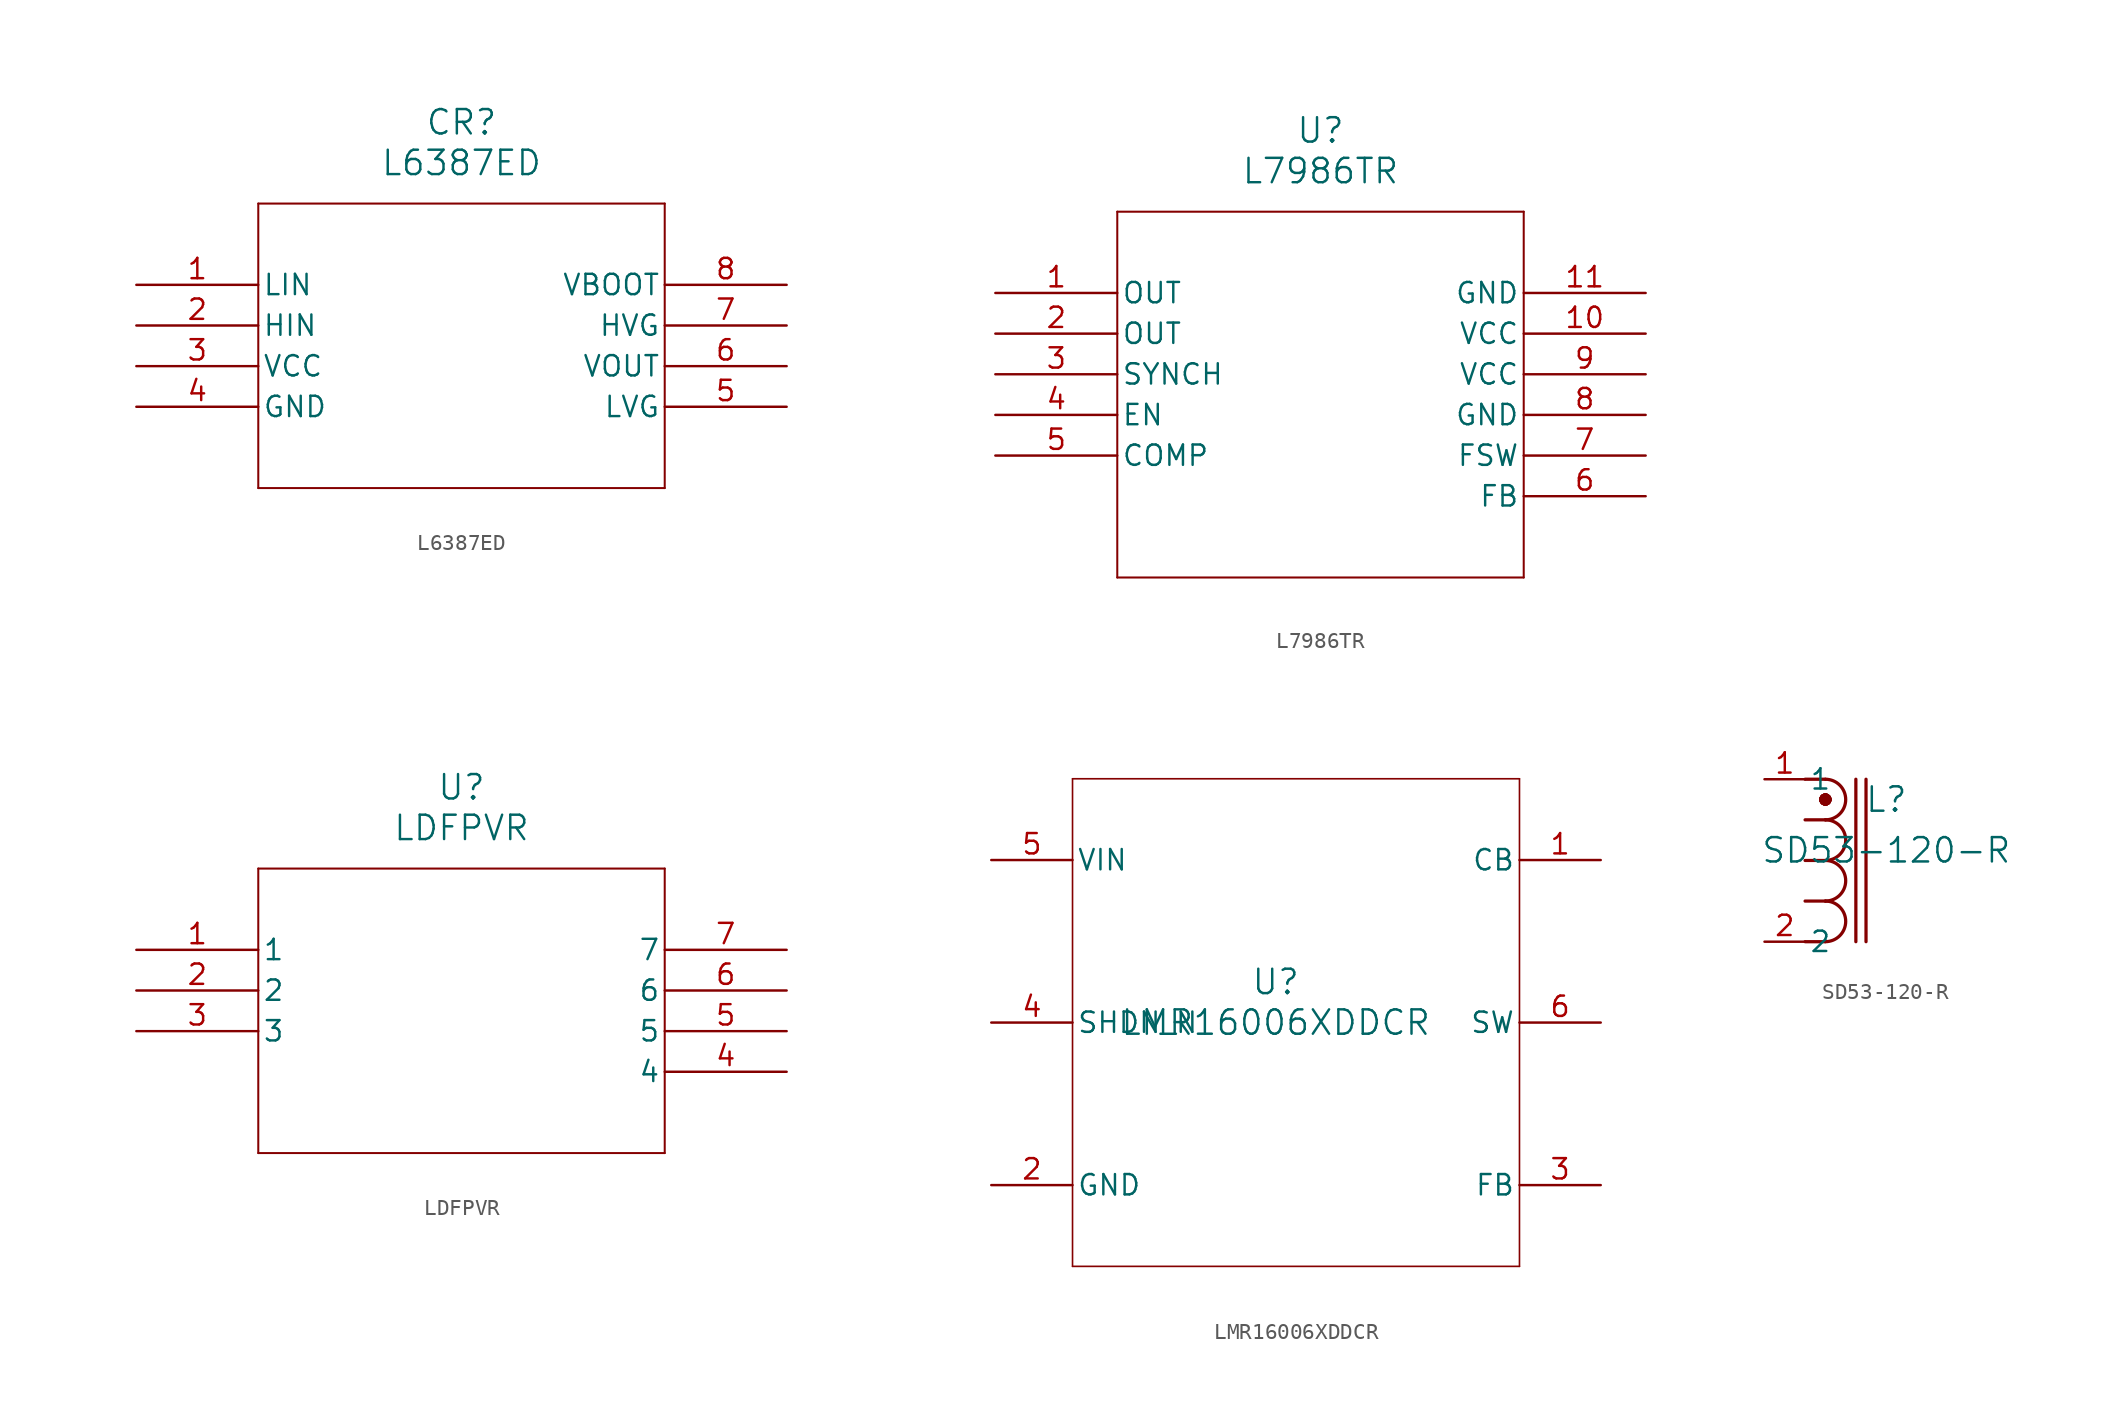
<source format=kicad_sym>
(kicad_symbol_lib
  (version 20231120)
  (generator "kicad_symbol_editor")
  (generator_version "8.0")
  (symbol "L6387ED"
    (pin_names
      (offset 0.254))
    (property "Reference" "CR"
      (at 20.32 10.16 0)
      (effects (font (size 1.524 1.524))))
    (property "Value" "L6387ED"
      (at 20.32 7.62 0)
      (effects (font (size 1.524 1.524))))
    (property "ki_locked" ""
      (at 0 0 0)
      (effects (font (size 1.27 1.27))))
    (symbol "L6387ED_0_1"
      (polyline (pts (xy 7.62 -12.7) (xy 33.02 -12.7)) (stroke (width 0.127) (type default)) (fill (type none)))
      (polyline (pts (xy 7.62 5.08) (xy 7.62 -12.7)) (stroke (width 0.127) (type default)) (fill (type none)))
      (polyline (pts (xy 33.02 -12.7) (xy 33.02 5.08)) (stroke (width 0.127) (type default)) (fill (type none)))
      (polyline (pts (xy 33.02 5.08) (xy 7.62 5.08)) (stroke (width 0.127) (type default)) (fill (type none)))
      (pin input line (at 0 0 0) (length 7.62) (name "LIN" (effects (font (size 1.27 1.27)))) (number "1" (effects (font (size 1.27 1.27)))))
      (pin input line (at 0 -2.54 0) (length 7.62) (name "HIN" (effects (font (size 1.27 1.27)))) (number "2" (effects (font (size 1.27 1.27)))))
      (pin power_in line (at 0 -5.08 0) (length 7.62) (name "VCC" (effects (font (size 1.27 1.27)))) (number "3" (effects (font (size 1.27 1.27)))))
      (pin power_in line (at 0 -7.62 0) (length 7.62) (name "GND" (effects (font (size 1.27 1.27)))) (number "4" (effects (font (size 1.27 1.27)))))
      (pin output line (at 40.64 -7.62 180) (length 7.62) (name "LVG" (effects (font (size 1.27 1.27)))) (number "5" (effects (font (size 1.27 1.27)))))
      (pin output line (at 40.64 -5.08 180) (length 7.62) (name "VOUT" (effects (font (size 1.27 1.27)))) (number "6" (effects (font (size 1.27 1.27)))))
      (pin output line (at 40.64 -2.54 180) (length 7.62) (name "HVG" (effects (font (size 1.27 1.27)))) (number "7" (effects (font (size 1.27 1.27)))))
      (pin power_in line (at 40.64 0 180) (length 7.62) (name "VBOOT" (effects (font (size 1.27 1.27)))) (number "8" (effects (font (size 1.27 1.27)))))))
  (symbol "L7986TR"
    (pin_names
      (offset 0.254))
    (property "Reference" "U"
      (at 20.32 10.16 0)
      (effects (font (size 1.524 1.524))))
    (property "Value" "L7986TR"
      (at 20.32 7.62 0)
      (effects (font (size 1.524 1.524))))
    (property "ki_locked" ""
      (at 0 0 0)
      (effects (font (size 1.27 1.27))))
    (symbol "L7986TR_0_1"
      (polyline (pts (xy 7.62 -17.78) (xy 33.02 -17.78)) (stroke (width 0.127) (type default)) (fill (type none)))
      (polyline (pts (xy 7.62 5.08) (xy 7.62 -17.78)) (stroke (width 0.127) (type default)) (fill (type none)))
      (polyline (pts (xy 33.02 -17.78) (xy 33.02 5.08)) (stroke (width 0.127) (type default)) (fill (type none)))
      (polyline (pts (xy 33.02 5.08) (xy 7.62 5.08)) (stroke (width 0.127) (type default)) (fill (type none)))
      (pin output line (at 0 0 0) (length 7.62) (name "OUT" (effects (font (size 1.27 1.27)))) (number "1" (effects (font (size 1.27 1.27)))))
      (pin power_in line (at 40.64 -2.54 180) (length 7.62) (name "VCC" (effects (font (size 1.27 1.27)))) (number "10" (effects (font (size 1.27 1.27)))))
      (pin power_out line (at 40.64 0 180) (length 7.62) (name "GND" (effects (font (size 1.27 1.27)))) (number "11" (effects (font (size 1.27 1.27)))))
      (pin output line (at 0 -2.54 0) (length 7.62) (name "OUT" (effects (font (size 1.27 1.27)))) (number "2" (effects (font (size 1.27 1.27)))))
      (pin input line (at 0 -5.08 0) (length 7.62) (name "SYNCH" (effects (font (size 1.27 1.27)))) (number "3" (effects (font (size 1.27 1.27)))))
      (pin input line (at 0 -7.62 0) (length 7.62) (name "EN" (effects (font (size 1.27 1.27)))) (number "4" (effects (font (size 1.27 1.27)))))
      (pin output line (at 0 -10.16 0) (length 7.62) (name "COMP" (effects (font (size 1.27 1.27)))) (number "5" (effects (font (size 1.27 1.27)))))
      (pin input line (at 40.64 -12.7 180) (length 7.62) (name "FB" (effects (font (size 1.27 1.27)))) (number "6" (effects (font (size 1.27 1.27)))))
      (pin unspecified line (at 40.64 -10.16 180) (length 7.62) (name "FSW" (effects (font (size 1.27 1.27)))) (number "7" (effects (font (size 1.27 1.27)))))
      (pin power_out line (at 40.64 -7.62 180) (length 7.62) (name "GND" (effects (font (size 1.27 1.27)))) (number "8" (effects (font (size 1.27 1.27)))))
      (pin power_in line (at 40.64 -5.08 180) (length 7.62) (name "VCC" (effects (font (size 1.27 1.27)))) (number "9" (effects (font (size 1.27 1.27)))))))
  (symbol "LDFPVR"
    (pin_names
      (offset 0.254))
    (property "Reference" "U"
      (at 20.32 10.16 0)
      (effects (font (size 1.524 1.524))))
    (property "Value" "LDFPVR"
      (at 20.32 7.62 0)
      (effects (font (size 1.524 1.524))))
    (property "ki_locked" ""
      (at 0 0 0)
      (effects (font (size 1.27 1.27))))
    (symbol "LDFPVR_0_1"
      (polyline (pts (xy 7.62 -12.7) (xy 33.02 -12.7)) (stroke (width 0.127) (type default)) (fill (type none)))
      (polyline (pts (xy 7.62 5.08) (xy 7.62 -12.7)) (stroke (width 0.127) (type default)) (fill (type none)))
      (polyline (pts (xy 33.02 -12.7) (xy 33.02 5.08)) (stroke (width 0.127) (type default)) (fill (type none)))
      (polyline (pts (xy 33.02 5.08) (xy 7.62 5.08)) (stroke (width 0.127) (type default)) (fill (type none)))
      (pin unspecified line (at 0 0 0) (length 7.62) (name "1" (effects (font (size 1.27 1.27)))) (number "1" (effects (font (size 1.27 1.27)))))
      (pin unspecified line (at 0 -2.54 0) (length 7.62) (name "2" (effects (font (size 1.27 1.27)))) (number "2" (effects (font (size 1.27 1.27)))))
      (pin unspecified line (at 0 -5.08 0) (length 7.62) (name "3" (effects (font (size 1.27 1.27)))) (number "3" (effects (font (size 1.27 1.27)))))
      (pin unspecified line (at 40.64 -7.62 180) (length 7.62) (name "4" (effects (font (size 1.27 1.27)))) (number "4" (effects (font (size 1.27 1.27)))))
      (pin unspecified line (at 40.64 -5.08 180) (length 7.62) (name "5" (effects (font (size 1.27 1.27)))) (number "5" (effects (font (size 1.27 1.27)))))
      (pin unspecified line (at 40.64 -2.54 180) (length 7.62) (name "6" (effects (font (size 1.27 1.27)))) (number "6" (effects (font (size 1.27 1.27)))))
      (pin unspecified line (at 40.64 0 180) (length 7.62) (name "7" (effects (font (size 1.27 1.27)))) (number "7" (effects (font (size 1.27 1.27)))))))
  (symbol "LMR16006XDDCR"
    (pin_names
      (offset 0.254))
    (property "Reference" "U"
      (at 0 2.54 0)
      (effects (font (size 1.524 1.524))))
    (property "Value" "LMR16006XDDCR"
      (at 0 0 0)
      (effects (font (size 1.524 1.524))))
    (property "ki_locked" ""
      (at 0 0 0)
      (effects (font (size 1.27 1.27))))
    (symbol "LMR16006XDDCR_0_1"
      (polyline (pts (xy -12.7 -15.24) (xy 15.24 -15.24)) (stroke (width 0.102) (type default)) (fill (type none)))
      (polyline (pts (xy -12.7 15.24) (xy -12.7 -15.24)) (stroke (width 0.102) (type default)) (fill (type none)))
      (polyline (pts (xy 15.24 -15.24) (xy 15.24 15.24)) (stroke (width 0.102) (type default)) (fill (type none)))
      (polyline (pts (xy 15.24 15.24) (xy -12.7 15.24)) (stroke (width 0.102) (type default)) (fill (type none)))
      (pin output line (at 20.32 10.16 180) (length 5.08) (name "CB" (effects (font (size 1.27 1.27)))) (number "1" (effects (font (size 1.27 1.27)))))
      (pin power_in line (at -17.78 -10.16 0) (length 5.08) (name "GND" (effects (font (size 1.27 1.27)))) (number "2" (effects (font (size 1.27 1.27)))))
      (pin input line (at 20.32 -10.16 180) (length 5.08) (name "FB" (effects (font (size 1.27 1.27)))) (number "3" (effects (font (size 1.27 1.27)))))
      (pin input line (at -17.78 0 0) (length 5.08) (name "SHDN_N" (effects (font (size 1.27 1.27)))) (number "4" (effects (font (size 1.27 1.27)))))
      (pin power_in line (at -17.78 10.16 0) (length 5.08) (name "VIN" (effects (font (size 1.27 1.27)))) (number "5" (effects (font (size 1.27 1.27)))))
      (pin power_in line (at 20.32 0 180) (length 5.08) (name "SW" (effects (font (size 1.27 1.27)))) (number "6" (effects (font (size 1.27 1.27)))))))
  (symbol "SD53-120-R"
    (pin_names
      (offset 0.254))
    (property "Reference" "L"
      (at 7.62 -1.27 0)
      (effects (font (size 1.524 1.524))))
    (property "Value" "SD53-120-R"
      (at 7.62 -4.445 0)
      (effects (font (size 1.524 1.524))))
    (property "ki_locked" ""
      (at 0 0 0)
      (effects (font (size 1.27 1.27))))
    (symbol "SD53-120-R_1_1"
      (polyline (pts (xy 2.54 -10.16) (xy 3.81 -10.16)) (stroke (width 0.203) (type default)) (fill (type none)))
      (polyline (pts (xy 2.54 -7.62) (xy 3.81 -7.62)) (stroke (width 0.203) (type default)) (fill (type none)))
      (polyline (pts (xy 2.54 -5.08) (xy 3.81 -5.08)) (stroke (width 0.203) (type default)) (fill (type none)))
      (polyline (pts (xy 2.54 -2.54) (xy 3.81 -2.54)) (stroke (width 0.203) (type default)) (fill (type none)))
      (polyline (pts (xy 2.54 0) (xy 3.81 0)) (stroke (width 0.203) (type default)) (fill (type none)))
      (polyline (pts (xy 3.683 -1.27) (xy 3.81 -1.27)) (stroke (width 0.508) (type default)) (fill (type none)))
      (polyline (pts (xy 5.715 0) (xy 5.715 -10.16)) (stroke (width 0.203) (type default)) (fill (type none)))
      (polyline (pts (xy 6.35 0) (xy 6.35 -10.16)) (stroke (width 0.203) (type default)) (fill (type none)))
      (arc (start 3.81 -10.16) (mid 5.0744 -8.89) (end 3.81 -7.62) (stroke (width 0.2032) (type default)) (fill (type none)))
      (arc (start 3.81 -7.62) (mid 5.0744 -6.35) (end 3.81 -5.08) (stroke (width 0.2032) (type default)) (fill (type none)))
      (arc (start 3.81 -5.08) (mid 5.0744 -3.81) (end 3.81 -2.54) (stroke (width 0.2032) (type default)) (fill (type none)))
      (arc (start 3.81 -2.54) (mid 5.0744 -1.27) (end 3.81 0) (stroke (width 0.2032) (type default)) (fill (type none)))
      (arc (start 3.81 -1.524) (mid 4.0628 -1.27) (end 3.81 -1.016) (stroke (width 0.254) (type default)) (fill (type none)))
      (arc (start 3.81 -1.524) (mid 4.0628 -1.27) (end 3.81 -1.016) (stroke (width 0.254) (type default)) (fill (type none)))
      (arc (start 3.81 -1.524) (mid 4.0628 -1.27) (end 3.81 -1.016) (stroke (width 0.254) (type default)) (fill (type none)))
      (arc (start 3.81 -1.524) (mid 4.0628 -1.27) (end 3.81 -1.016) (stroke (width 0.254) (type default)) (fill (type none)))
      (arc (start 3.81 -1.524) (mid 4.0628 -1.27) (end 3.81 -1.016) (stroke (width 0.254) (type default)) (fill (type none)))
      (arc (start 3.81 -1.524) (mid 4.0628 -1.27) (end 3.81 -1.016) (stroke (width 0.254) (type default)) (fill (type none)))
      (arc (start 3.81 -1.524) (mid 4.0628 -1.27) (end 3.81 -1.016) (stroke (width 0.254) (type default)) (fill (type none)))
      (arc (start 3.81 -1.016) (mid 3.5571 -1.27) (end 3.81 -1.524) (stroke (width 0.254) (type default)) (fill (type none)))
      (arc (start 3.81 -1.016) (mid 3.5571 -1.27) (end 3.81 -1.524) (stroke (width 0.254) (type default)) (fill (type none)))
      (arc (start 3.81 -1.016) (mid 3.5571 -1.27) (end 3.81 -1.524) (stroke (width 0.254) (type default)) (fill (type none)))
      (arc (start 3.81 -1.016) (mid 3.5571 -1.27) (end 3.81 -1.524) (stroke (width 0.254) (type default)) (fill (type none)))
      (arc (start 3.81 -1.016) (mid 3.5571 -1.27) (end 3.81 -1.524) (stroke (width 0.254) (type default)) (fill (type none)))
      (arc (start 3.81 -1.016) (mid 3.5571 -1.27) (end 3.81 -1.524) (stroke (width 0.254) (type default)) (fill (type none)))
      (arc (start 3.81 -1.016) (mid 3.5571 -1.27) (end 3.81 -1.524) (stroke (width 0.254) (type default)) (fill (type none)))
      (pin unspecified line (at 0 0 0) (length 2.54) (name "1" (effects (font (size 1.27 1.27)))) (number "1" (effects (font (size 1.27 1.27)))))
      (pin unspecified line (at 0 -10.16 0) (length 2.54) (name "2" (effects (font (size 1.27 1.27)))) (number "2" (effects (font (size 1.27 1.27))))))))
</source>
